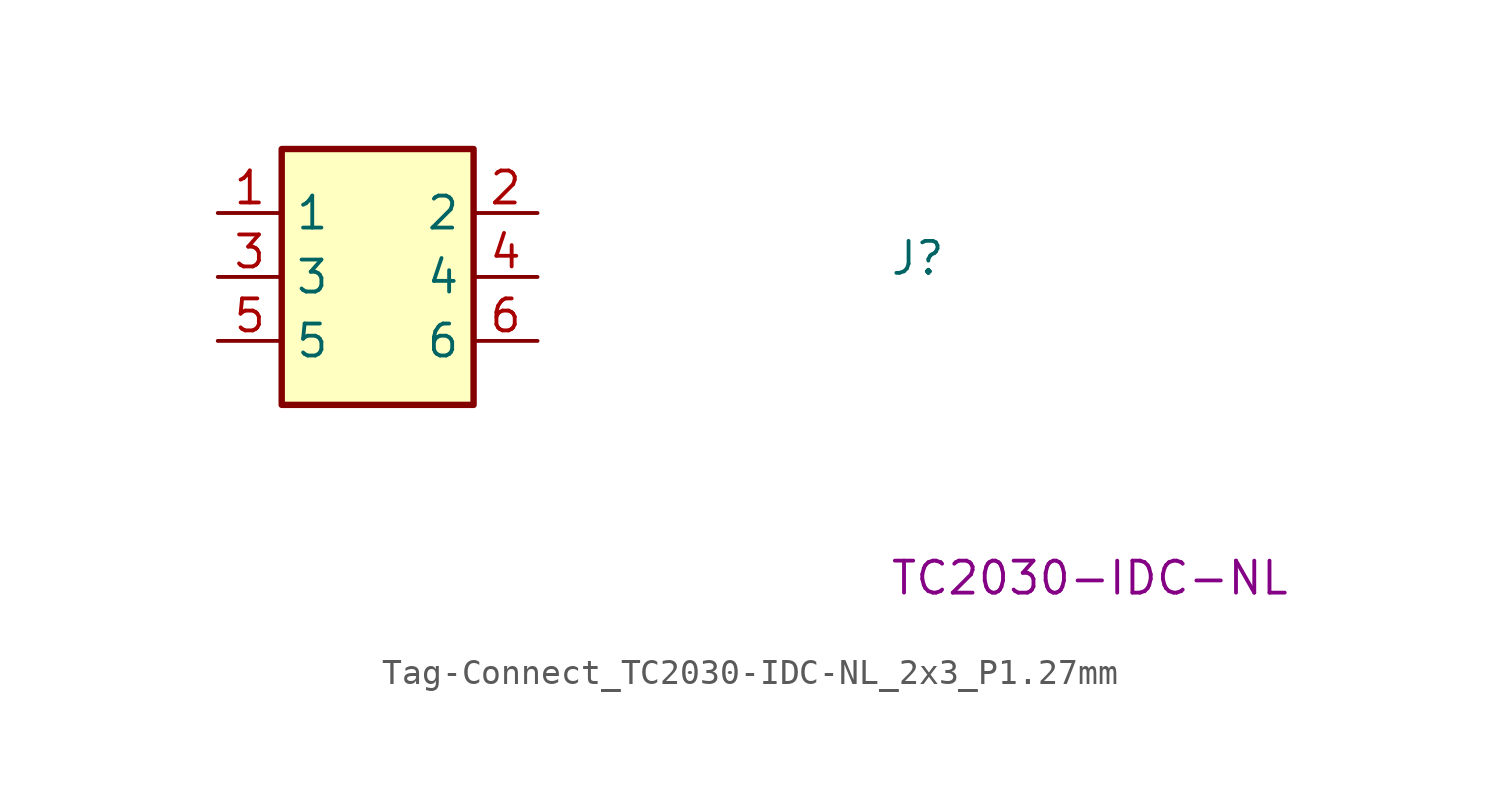
<source format=kicad_sym>
(kicad_symbol_lib
  (version 20220914)
  (generator kicad_symbol_editor)
  (symbol "Tag-Connect_TC2030-IDC-NL_2x3_P1.27mm"
    (property "Reference" "J"
      (at 26.67 -2.54 0)
      (effects (font (size 1.27 1.27) (thickness 0.15)) (justify left bottom)))
    (property "MPN" "TC2030-IDC-NL"
      (at 26.67 -15.24 0)
      (effects (font (size 1.27 1.27)) (justify left bottom)))
    (symbol "Tag-Connect_TC2030-IDC-NL_2x3_P1.27mm_1_1"
      (rectangle (start 10.16 2.54) (end 2.54 -7.62) (stroke (width 0.254) (type default)) (fill (type background)))
      (pin passive line (at 0 0 0) (length 2.54) (name "1" (effects (font (size 1.27 1.27)))) (number "1" (effects (font (size 1.27 1.27)))))
      (pin passive line (at 12.7 0 180) (length 2.54) (name "2" (effects (font (size 1.27 1.27)))) (number "2" (effects (font (size 1.27 1.27)))))
      (pin passive line (at 0 -2.54 0) (length 2.54) (name "3" (effects (font (size 1.27 1.27)))) (number "3" (effects (font (size 1.27 1.27)))))
      (pin passive line (at 12.7 -2.54 180) (length 2.54) (name "4" (effects (font (size 1.27 1.27)))) (number "4" (effects (font (size 1.27 1.27)))))
      (pin passive line (at 0 -5.08 0) (length 2.54) (name "5" (effects (font (size 1.27 1.27)))) (number "5" (effects (font (size 1.27 1.27)))))
      (pin passive line (at 12.7 -5.08 180) (length 2.54) (name "6" (effects (font (size 1.27 1.27)))) (number "6" (effects (font (size 1.27 1.27))))))))
</source>
